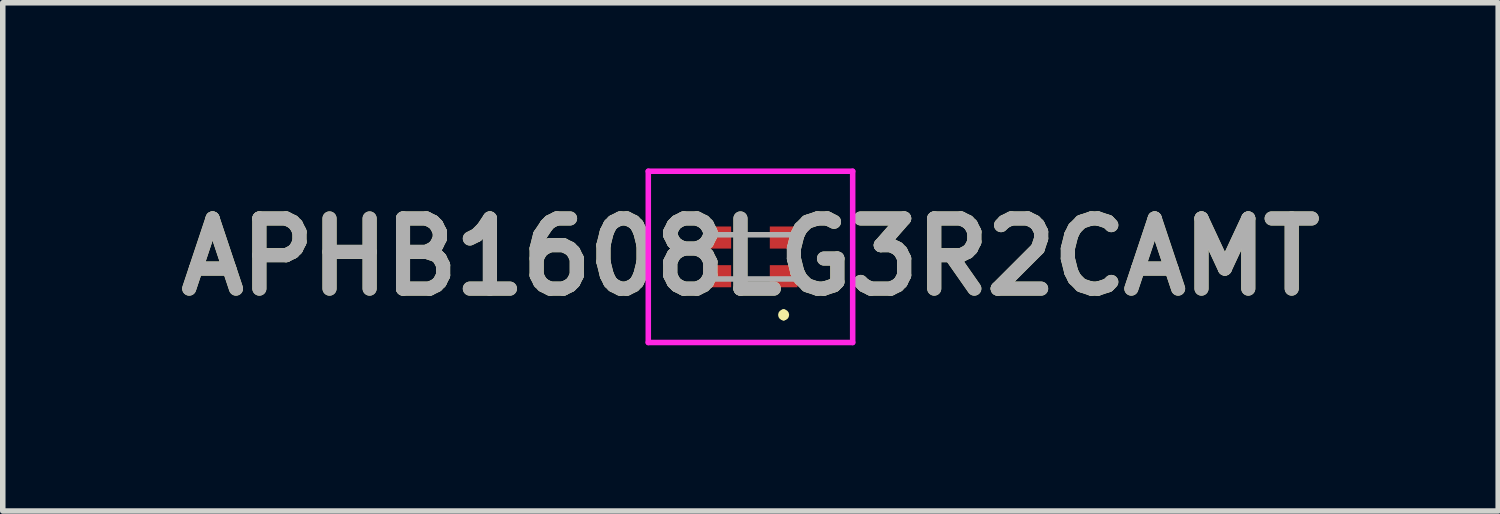
<source format=kicad_pcb>
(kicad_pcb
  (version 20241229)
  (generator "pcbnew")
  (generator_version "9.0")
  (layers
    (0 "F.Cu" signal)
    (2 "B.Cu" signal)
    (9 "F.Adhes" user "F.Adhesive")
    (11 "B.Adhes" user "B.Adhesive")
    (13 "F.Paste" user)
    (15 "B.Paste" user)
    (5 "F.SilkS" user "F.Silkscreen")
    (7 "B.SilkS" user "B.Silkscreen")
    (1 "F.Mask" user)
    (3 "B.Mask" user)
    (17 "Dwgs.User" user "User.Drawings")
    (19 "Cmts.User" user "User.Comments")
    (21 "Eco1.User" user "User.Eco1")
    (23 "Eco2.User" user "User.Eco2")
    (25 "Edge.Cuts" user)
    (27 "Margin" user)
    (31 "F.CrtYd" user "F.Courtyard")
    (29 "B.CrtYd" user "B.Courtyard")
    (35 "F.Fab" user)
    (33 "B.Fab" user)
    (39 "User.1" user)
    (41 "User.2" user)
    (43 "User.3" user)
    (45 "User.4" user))
  (footprint "APHB1608LG3R2CAMT"
    (layer "F.Cu")
    (at 10.535 1.6)
    (property "Reference" "APHB1608LG3R2CAMT" (at 0 0 0) (layer "F.SilkS") (effects (font (size 1.27 1.27) (thickness 0.254))))
    (attr smd)
    (fp_line (start 0.6 1) (end 0.6 1) (stroke (width 0.1) (type solid)) (layer "F.SilkS"))
    (fp_line (start 0.6 1.1) (end 0.6 1.1) (stroke (width 0.1) (type solid)) (layer "F.SilkS"))
    (fp_arc (start 0.6 1) (mid 0.65 1.05) (end 0.6 1.1) (stroke (width 0.1) (type solid)) (layer "F.SilkS"))
    (fp_arc (start 0.6 1.1) (mid 0.55 1.05) (end 0.6 1) (stroke (width 0.1) (type solid)) (layer "F.SilkS"))
    (fp_line (start -1.85 -1.55) (end 1.85 -1.55) (stroke (width 0.1) (type solid)) (layer "F.CrtYd"))
    (fp_line (start -1.85 1.55) (end -1.85 -1.55) (stroke (width 0.1) (type solid)) (layer "F.CrtYd"))
    (fp_line (start 1.85 -1.55) (end 1.85 1.55) (stroke (width 0.1) (type solid)) (layer "F.CrtYd"))
    (fp_line (start 1.85 1.55) (end -1.85 1.55) (stroke (width 0.1) (type solid)) (layer "F.CrtYd"))
    (fp_line (start -0.8 -0.4) (end 0.8 -0.4) (stroke (width 0.1) (type solid)) (layer "F.Fab"))
    (fp_line (start -0.8 0.4) (end -0.8 -0.4) (stroke (width 0.1) (type solid)) (layer "F.Fab"))
    (fp_line (start 0.8 -0.4) (end 0.8 0.4) (stroke (width 0.1) (type solid)) (layer "F.Fab"))
    (fp_line (start 0.8 0.4) (end -0.8 0.4) (stroke (width 0.1) (type solid)) (layer "F.Fab"))
    (fp_text user "${REFERENCE}" (at 0 0 0) (layer "F.Fab") (effects (font (size 1.27 1.27) (thickness 0.254))))
    (pad "1" smd rect (at 0.6 0.35 90) (size 0.4 0.5) (layers "F.Cu" "F.Mask" "F.Paste"))
    (pad "2" smd rect (at -0.6 0.35 90) (size 0.4 0.5) (layers "F.Cu" "F.Mask" "F.Paste"))
    (pad "3" smd rect (at 0.6 -0.35 90) (size 0.4 0.5) (layers "F.Cu" "F.Mask" "F.Paste"))
    (pad "4" smd rect (at -0.6 -0.35 90) (size 0.4 0.5) (layers "F.Cu" "F.Mask" "F.Paste")))
  (gr_rect
    (start -3 -3)
    (end 24.07 6.2)
    (stroke (width 0.1) (type default))
    (fill no)
    (layer "Edge.Cuts")))
</source>
